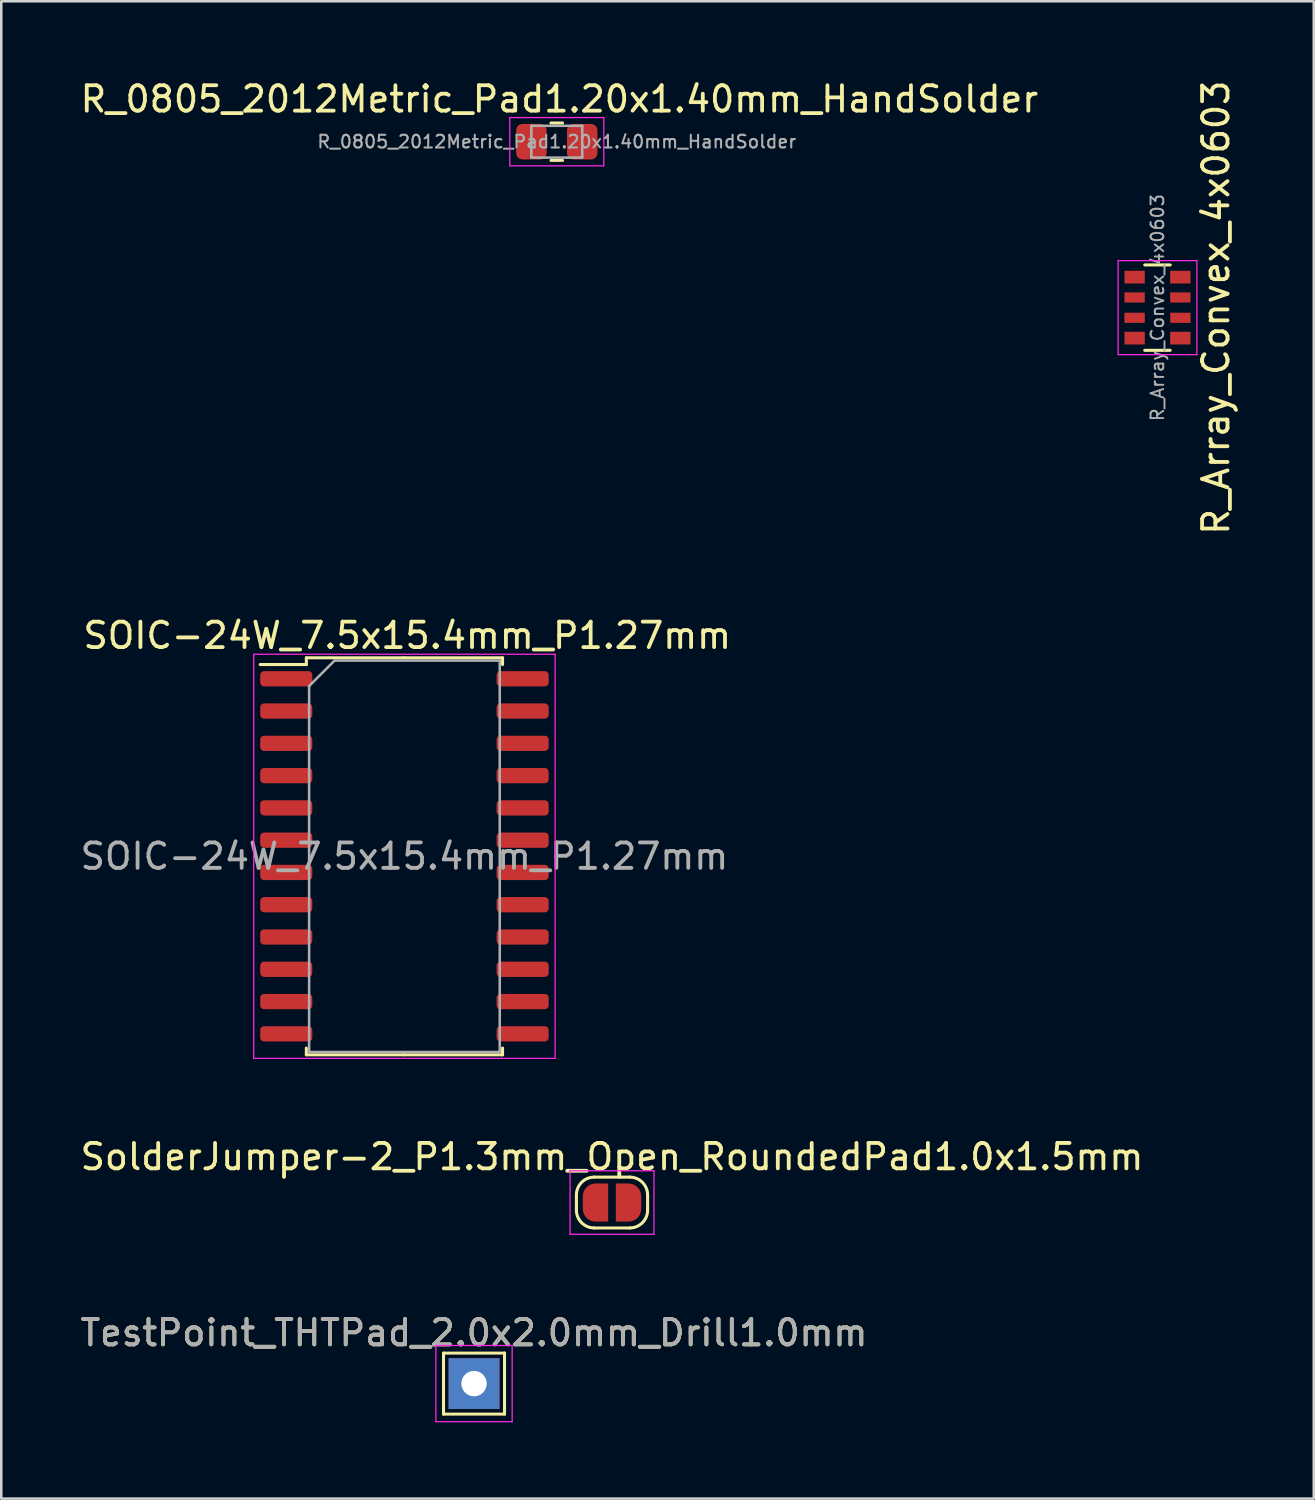
<source format=kicad_pcb>
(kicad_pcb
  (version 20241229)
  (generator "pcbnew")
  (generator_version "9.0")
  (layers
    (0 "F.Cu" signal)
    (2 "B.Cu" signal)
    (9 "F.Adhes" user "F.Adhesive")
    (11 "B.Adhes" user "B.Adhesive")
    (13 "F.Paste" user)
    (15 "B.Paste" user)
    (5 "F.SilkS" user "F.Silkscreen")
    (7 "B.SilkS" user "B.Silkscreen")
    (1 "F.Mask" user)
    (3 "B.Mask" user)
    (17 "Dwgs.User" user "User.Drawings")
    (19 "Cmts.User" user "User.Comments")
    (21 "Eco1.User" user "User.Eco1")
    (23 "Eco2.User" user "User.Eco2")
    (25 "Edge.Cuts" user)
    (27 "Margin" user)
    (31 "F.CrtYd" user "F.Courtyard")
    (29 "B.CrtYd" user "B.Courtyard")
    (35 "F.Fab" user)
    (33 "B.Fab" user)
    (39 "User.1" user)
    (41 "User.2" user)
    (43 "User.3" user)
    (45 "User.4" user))
  (footprint "R_0805_2012Metric_Pad1.20x1.40mm_HandSolder"
    (layer "F.Cu")
    (at 18.857 2.525)
    (property "Reference" "R_0805_2012Metric_Pad1.20x1.40mm_HandSolder" (at 0.102 -1.676 0) (layer "F.SilkS") (effects (font (size 1 1) (thickness 0.15))))
    (attr smd)
    (fp_line (start -0.227 -0.735) (end 0.227 -0.735) (stroke (width 0.12) (type solid)) (layer "F.SilkS"))
    (fp_line (start -0.227 0.735) (end 0.227 0.735) (stroke (width 0.12) (type solid)) (layer "F.SilkS"))
    (fp_line (start -1.85 -0.95) (end 1.85 -0.95) (stroke (width 0.05) (type solid)) (layer "F.CrtYd"))
    (fp_line (start -1.85 0.95) (end -1.85 -0.95) (stroke (width 0.05) (type solid)) (layer "F.CrtYd"))
    (fp_line (start 1.85 -0.95) (end 1.85 0.95) (stroke (width 0.05) (type solid)) (layer "F.CrtYd"))
    (fp_line (start 1.85 0.95) (end -1.85 0.95) (stroke (width 0.05) (type solid)) (layer "F.CrtYd"))
    (fp_line (start -1 -0.625) (end 1 -0.625) (stroke (width 0.1) (type solid)) (layer "F.Fab"))
    (fp_line (start -1 0.625) (end -1 -0.625) (stroke (width 0.1) (type solid)) (layer "F.Fab"))
    (fp_line (start 1 -0.625) (end 1 0.625) (stroke (width 0.1) (type solid)) (layer "F.Fab"))
    (fp_line (start 1 0.625) (end -1 0.625) (stroke (width 0.1) (type solid)) (layer "F.Fab"))
    (fp_text user "${REFERENCE}" (at 0 0 0) (layer "F.Fab") (effects (font (size 0.5 0.5) (thickness 0.08))))
    (pad "1" smd roundrect (at -1 0) (size 1.2 1.4) (layers "F.Cu" "F.Mask" "F.Paste") (roundrect_rratio 0.208))
    (pad "2" smd roundrect (at 1 0) (size 1.2 1.4) (layers "F.Cu" "F.Mask" "F.Paste") (roundrect_rratio 0.208)))
  (footprint "SolderJumper-2_P1.3mm_Open_RoundedPad1.0x1.5mm"
    (layer "F.Cu")
    (at 21.03 44.265)
    (property "Reference" "SolderJumper-2_P1.3mm_Open_RoundedPad1.0x1.5mm" (at 0 -1.8 0) (layer "F.SilkS") (effects (font (size 1 1) (thickness 0.15))))
    (attr exclude_from_pos_files allow_soldermask_bridges)
    (fp_line (start -1.4 0.3) (end -1.4 -0.3) (stroke (width 0.12) (type solid)) (layer "F.SilkS"))
    (fp_line (start -0.7 -1) (end 0.7 -1) (stroke (width 0.12) (type solid)) (layer "F.SilkS"))
    (fp_line (start 0.7 1) (end -0.7 1) (stroke (width 0.12) (type solid)) (layer "F.SilkS"))
    (fp_line (start 1.4 -0.3) (end 1.4 0.3) (stroke (width 0.12) (type solid)) (layer "F.SilkS"))
    (fp_arc (start -1.4 -0.3) (mid -1.194975 -0.794975) (end -0.7 -1) (stroke (width 0.12) (type solid)) (layer "F.SilkS"))
    (fp_arc (start -0.7 1) (mid -1.194975 0.794975) (end -1.4 0.3) (stroke (width 0.12) (type solid)) (layer "F.SilkS"))
    (fp_arc (start 0.7 -1) (mid 1.194975 -0.794975) (end 1.4 -0.3) (stroke (width 0.12) (type solid)) (layer "F.SilkS"))
    (fp_arc (start 1.4 0.3) (mid 1.194975 0.794975) (end 0.7 1) (stroke (width 0.12) (type solid)) (layer "F.SilkS"))
    (fp_line (start -1.65 -1.25) (end -1.65 1.25) (stroke (width 0.05) (type solid)) (layer "F.CrtYd"))
    (fp_line (start -1.65 -1.25) (end 1.65 -1.25) (stroke (width 0.05) (type solid)) (layer "F.CrtYd"))
    (fp_line (start 1.65 1.25) (end -1.65 1.25) (stroke (width 0.05) (type solid)) (layer "F.CrtYd"))
    (fp_line (start 1.65 1.25) (end 1.65 -1.25) (stroke (width 0.05) (type solid)) (layer "F.CrtYd"))
    (pad "1" smd custom (at -0.65 0) (size 1 0.5) (layers "F.Cu" "F.Mask") (options (anchor rect)) (primitives (gr_circle (center 0 0.25) (end 0.5 0.25) (width 0) (fill yes)) (gr_circle (center 0 -0.25) (end 0.5 -0.25) (width 0) (fill yes)) (gr_poly (pts (xy 0.5 0.75) (xy 0 0.75) (xy 0 -0.75) (xy 0.5 -0.75)) (width 0) (fill yes))))
    (pad "2" smd custom (at 0.65 0) (size 1 0.5) (layers "F.Cu" "F.Mask") (options (anchor rect)) (primitives (gr_circle (center 0 0.25) (end 0.5 0.25) (width 0) (fill yes)) (gr_circle (center 0 -0.25) (end 0.5 -0.25) (width 0) (fill yes)) (gr_poly (pts (xy 0 0.75) (xy -0.5 0.75) (xy -0.5 -0.75) (xy 0 -0.75)) (width 0) (fill yes)))))
  (footprint "SOIC-24W_7.5x15.4mm_P1.27mm"
    (layer "F.Cu")
    (at 12.863 30.642)
    (property "Reference" "SOIC-24W_7.5x15.4mm_P1.27mm" (at 0.112 -8.687 0) (layer "F.SilkS") (effects (font (size 1 1) (thickness 0.15))))
    (attr smd)
    (fp_line (start -3.86 -7.81) (end -3.86 -7.545) (stroke (width 0.12) (type solid)) (layer "F.SilkS"))
    (fp_line (start -3.86 -7.545) (end -5.675 -7.545) (stroke (width 0.12) (type solid)) (layer "F.SilkS"))
    (fp_line (start -3.86 7.81) (end -3.86 7.545) (stroke (width 0.12) (type solid)) (layer "F.SilkS"))
    (fp_line (start 0 -7.81) (end -3.86 -7.81) (stroke (width 0.12) (type solid)) (layer "F.SilkS"))
    (fp_line (start 0 -7.81) (end 3.86 -7.81) (stroke (width 0.12) (type solid)) (layer "F.SilkS"))
    (fp_line (start 0 7.81) (end -3.86 7.81) (stroke (width 0.12) (type solid)) (layer "F.SilkS"))
    (fp_line (start 0 7.81) (end 3.86 7.81) (stroke (width 0.12) (type solid)) (layer "F.SilkS"))
    (fp_line (start 3.86 -7.81) (end 3.86 -7.545) (stroke (width 0.12) (type solid)) (layer "F.SilkS"))
    (fp_line (start 3.86 7.81) (end 3.86 7.545) (stroke (width 0.12) (type solid)) (layer "F.SilkS"))
    (fp_line (start -5.93 -7.95) (end -5.93 7.95) (stroke (width 0.05) (type solid)) (layer "F.CrtYd"))
    (fp_line (start -5.93 7.95) (end 5.93 7.95) (stroke (width 0.05) (type solid)) (layer "F.CrtYd"))
    (fp_line (start 5.93 -7.95) (end -5.93 -7.95) (stroke (width 0.05) (type solid)) (layer "F.CrtYd"))
    (fp_line (start 5.93 7.95) (end 5.93 -7.95) (stroke (width 0.05) (type solid)) (layer "F.CrtYd"))
    (fp_line (start -3.75 -6.7) (end -2.75 -7.7) (stroke (width 0.1) (type solid)) (layer "F.Fab"))
    (fp_line (start -3.75 7.7) (end -3.75 -6.7) (stroke (width 0.1) (type solid)) (layer "F.Fab"))
    (fp_line (start -2.75 -7.7) (end 3.75 -7.7) (stroke (width 0.1) (type solid)) (layer "F.Fab"))
    (fp_line (start 3.75 -7.7) (end 3.75 7.7) (stroke (width 0.1) (type solid)) (layer "F.Fab"))
    (fp_line (start 3.75 7.7) (end -3.75 7.7) (stroke (width 0.1) (type solid)) (layer "F.Fab"))
    (fp_text user "${REFERENCE}" (at 0 0 0) (layer "F.Fab") (effects (font (size 1 1) (thickness 0.15))))
    (pad "1" smd roundrect (at -4.65 -6.985) (size 2.05 0.6) (layers "F.Cu" "F.Mask" "F.Paste") (roundrect_rratio 0.25))
    (pad "2" smd roundrect (at -4.65 -5.715) (size 2.05 0.6) (layers "F.Cu" "F.Mask" "F.Paste") (roundrect_rratio 0.25))
    (pad "3" smd roundrect (at -4.65 -4.445) (size 2.05 0.6) (layers "F.Cu" "F.Mask" "F.Paste") (roundrect_rratio 0.25))
    (pad "4" smd roundrect (at -4.65 -3.175) (size 2.05 0.6) (layers "F.Cu" "F.Mask" "F.Paste") (roundrect_rratio 0.25))
    (pad "5" smd roundrect (at -4.65 -1.905) (size 2.05 0.6) (layers "F.Cu" "F.Mask" "F.Paste") (roundrect_rratio 0.25))
    (pad "6" smd roundrect (at -4.65 -0.635) (size 2.05 0.6) (layers "F.Cu" "F.Mask" "F.Paste") (roundrect_rratio 0.25))
    (pad "7" smd roundrect (at -4.65 0.635) (size 2.05 0.6) (layers "F.Cu" "F.Mask" "F.Paste") (roundrect_rratio 0.25))
    (pad "8" smd roundrect (at -4.65 1.905) (size 2.05 0.6) (layers "F.Cu" "F.Mask" "F.Paste") (roundrect_rratio 0.25))
    (pad "9" smd roundrect (at -4.65 3.175) (size 2.05 0.6) (layers "F.Cu" "F.Mask" "F.Paste") (roundrect_rratio 0.25))
    (pad "10" smd roundrect (at -4.65 4.445) (size 2.05 0.6) (layers "F.Cu" "F.Mask" "F.Paste") (roundrect_rratio 0.25))
    (pad "11" smd roundrect (at -4.65 5.715) (size 2.05 0.6) (layers "F.Cu" "F.Mask" "F.Paste") (roundrect_rratio 0.25))
    (pad "12" smd roundrect (at -4.65 6.985) (size 2.05 0.6) (layers "F.Cu" "F.Mask" "F.Paste") (roundrect_rratio 0.25))
    (pad "13" smd roundrect (at 4.65 6.985) (size 2.05 0.6) (layers "F.Cu" "F.Mask" "F.Paste") (roundrect_rratio 0.25))
    (pad "14" smd roundrect (at 4.65 5.715) (size 2.05 0.6) (layers "F.Cu" "F.Mask" "F.Paste") (roundrect_rratio 0.25))
    (pad "15" smd roundrect (at 4.65 4.445) (size 2.05 0.6) (layers "F.Cu" "F.Mask" "F.Paste") (roundrect_rratio 0.25))
    (pad "16" smd roundrect (at 4.65 3.175) (size 2.05 0.6) (layers "F.Cu" "F.Mask" "F.Paste") (roundrect_rratio 0.25))
    (pad "17" smd roundrect (at 4.65 1.905) (size 2.05 0.6) (layers "F.Cu" "F.Mask" "F.Paste") (roundrect_rratio 0.25))
    (pad "18" smd roundrect (at 4.65 0.635) (size 2.05 0.6) (layers "F.Cu" "F.Mask" "F.Paste") (roundrect_rratio 0.25))
    (pad "19" smd roundrect (at 4.65 -0.635) (size 2.05 0.6) (layers "F.Cu" "F.Mask" "F.Paste") (roundrect_rratio 0.25))
    (pad "20" smd roundrect (at 4.65 -1.905) (size 2.05 0.6) (layers "F.Cu" "F.Mask" "F.Paste") (roundrect_rratio 0.25))
    (pad "21" smd roundrect (at 4.65 -3.175) (size 2.05 0.6) (layers "F.Cu" "F.Mask" "F.Paste") (roundrect_rratio 0.25))
    (pad "22" smd roundrect (at 4.65 -4.445) (size 2.05 0.6) (layers "F.Cu" "F.Mask" "F.Paste") (roundrect_rratio 0.25))
    (pad "23" smd roundrect (at 4.65 -5.715) (size 2.05 0.6) (layers "F.Cu" "F.Mask" "F.Paste") (roundrect_rratio 0.25))
    (pad "24" smd roundrect (at 4.65 -6.985) (size 2.05 0.6) (layers "F.Cu" "F.Mask" "F.Paste") (roundrect_rratio 0.25)))
  (footprint "R_Array_Convex_4x0603"
    (layer "F.Cu")
    (at 42.492 9.054)
    (property "Reference" "R_Array_Convex_4x0603" (at 2.3 0 90) (layer "F.SilkS") (effects (font (size 1 1) (thickness 0.15))))
    (attr smd allow_soldermask_bridges)
    (fp_line (start 0.5 -1.68) (end -0.5 -1.68) (stroke (width 0.12) (type solid)) (layer "F.SilkS"))
    (fp_line (start 0.5 1.68) (end -0.5 1.68) (stroke (width 0.12) (type solid)) (layer "F.SilkS"))
    (fp_line (start -1.55 -1.85) (end -1.55 1.85) (stroke (width 0.05) (type solid)) (layer "F.CrtYd"))
    (fp_line (start -1.55 -1.85) (end 1.55 -1.85) (stroke (width 0.05) (type solid)) (layer "F.CrtYd"))
    (fp_line (start 1.55 1.85) (end -1.55 1.85) (stroke (width 0.05) (type solid)) (layer "F.CrtYd"))
    (fp_line (start 1.55 1.85) (end 1.55 -1.85) (stroke (width 0.05) (type solid)) (layer "F.CrtYd"))
    (fp_text user "${REFERENCE}" (at 0 0 90) (layer "F.Fab") (effects (font (size 0.5 0.5) (thickness 0.075))))
    (pad "1" smd rect (at -0.9 -1.2 180) (size 0.8 0.5) (layers "F.Cu" "F.Mask" "F.Paste"))
    (pad "2" smd rect (at -0.9 -0.4 180) (size 0.8 0.4) (layers "F.Cu" "F.Mask" "F.Paste"))
    (pad "3" smd rect (at -0.9 0.4 180) (size 0.8 0.4) (layers "F.Cu" "F.Mask" "F.Paste"))
    (pad "4" smd rect (at -0.9 1.2 180) (size 0.8 0.5) (layers "F.Cu" "F.Mask" "F.Paste"))
    (pad "5" smd rect (at 0.9 1.2 180) (size 0.8 0.5) (layers "F.Cu" "F.Mask" "F.Paste"))
    (pad "6" smd rect (at 0.9 0.4 180) (size 0.8 0.4) (layers "F.Cu" "F.Mask" "F.Paste"))
    (pad "7" smd rect (at 0.9 -0.4 180) (size 0.8 0.4) (layers "F.Cu" "F.Mask" "F.Paste"))
    (pad "8" smd rect (at 0.9 -1.2 180) (size 0.8 0.5) (layers "F.Cu" "F.Mask" "F.Paste")))
  (footprint "TestPoint_THTPad_2.0x2.0mm_Drill1.0mm"
    (layer "F.Cu")
    (at 15.601 51.389)
    (property "Reference" "TestPoint_THTPad_2.0x2.0mm_Drill1.0mm" (at 0 -1.998 0) (layer "F.SilkS") (effects (font (size 1 1) (thickness 0.15))))
    (attr exclude_from_pos_files)
    (fp_line (start -1.2 -1.2) (end 1.2 -1.2) (stroke (width 0.12) (type solid)) (layer "F.SilkS"))
    (fp_line (start -1.2 1.2) (end -1.2 -1.2) (stroke (width 0.12) (type solid)) (layer "F.SilkS"))
    (fp_line (start 1.2 -1.2) (end 1.2 1.2) (stroke (width 0.12) (type solid)) (layer "F.SilkS"))
    (fp_line (start 1.2 1.2) (end -1.2 1.2) (stroke (width 0.12) (type solid)) (layer "F.SilkS"))
    (fp_line (start -1.5 -1.5) (end -1.5 1.5) (stroke (width 0.05) (type solid)) (layer "F.CrtYd"))
    (fp_line (start -1.5 -1.5) (end 1.5 -1.5) (stroke (width 0.05) (type solid)) (layer "F.CrtYd"))
    (fp_line (start 1.5 1.5) (end -1.5 1.5) (stroke (width 0.05) (type solid)) (layer "F.CrtYd"))
    (fp_line (start 1.5 1.5) (end 1.5 -1.5) (stroke (width 0.05) (type solid)) (layer "F.CrtYd"))
    (fp_text user "${REFERENCE}" (at 0 -2 0) (layer "F.Fab") (effects (font (size 1 1) (thickness 0.15))))
    (pad "1" thru_hole rect (at 0 0) (size 2 2) (drill 1) (layers "*.Cu" "*.Mask")))
  (gr_rect
    (start -3 -3)
    (end 48.64 55.914)
    (stroke (width 0.1) (type default))
    (fill no)
    (layer "Edge.Cuts")))
</source>
